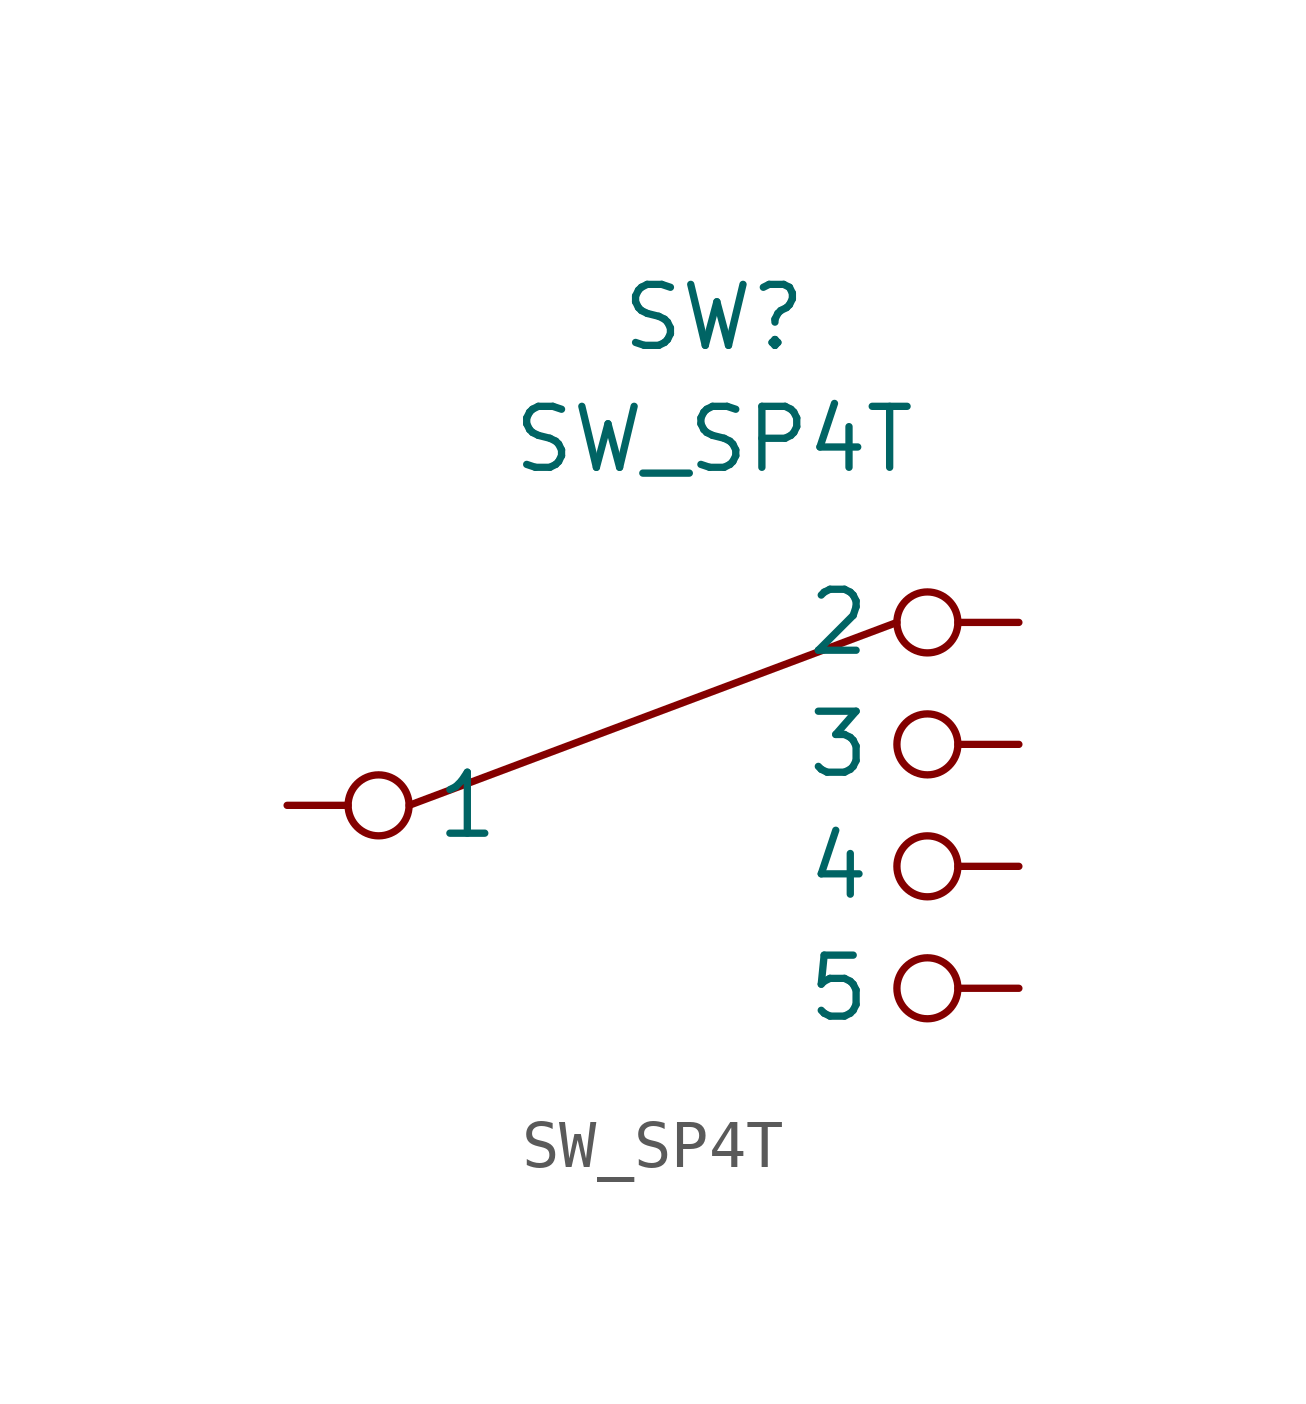
<source format=kicad_sym>
(kicad_symbol_lib
  (version 20211014)
  (generator kicad_symbol_editor)
  (symbol "SW_SP4T"
    (property "Reference" "SW"
      (at 0 2.54 0)
      (effects (font (size 1.27 1.27))))
    (property "Value" "SW_SP4T"
      (at 0 0 0)
      (effects (font (size 1.27 1.27))))
    (symbol "SW_SP4T_0_1"
      (polyline (pts (xy -6.35 -7.62) (xy 3.81 -3.81)) (stroke (width 0) (type default) (color 0 0 0 0)) (fill (type none))))
    (symbol "SW_SP4T_1_1"
      (pin input inverted (at -8.89 -7.62 0) (length 2.54) (name "1" (effects (font (size 1.27 1.27)))) (number "" (effects (font (size 1.27 1.27)))))
      (pin output inverted (at 6.35 -3.81 180) (length 2.54) (name "2" (effects (font (size 1.27 1.27)))) (number "" (effects (font (size 1.27 1.27)))))
      (pin output inverted (at 6.35 -6.35 180) (length 2.54) (name "3" (effects (font (size 1.27 1.27)))) (number "" (effects (font (size 1.27 1.27)))))
      (pin output inverted (at 6.35 -8.89 180) (length 2.54) (name "4" (effects (font (size 1.27 1.27)))) (number "" (effects (font (size 1.27 1.27)))))
      (pin output inverted (at 6.35 -11.43 180) (length 2.54) (name "5" (effects (font (size 1.27 1.27)))) (number "" (effects (font (size 1.27 1.27))))))))
</source>
